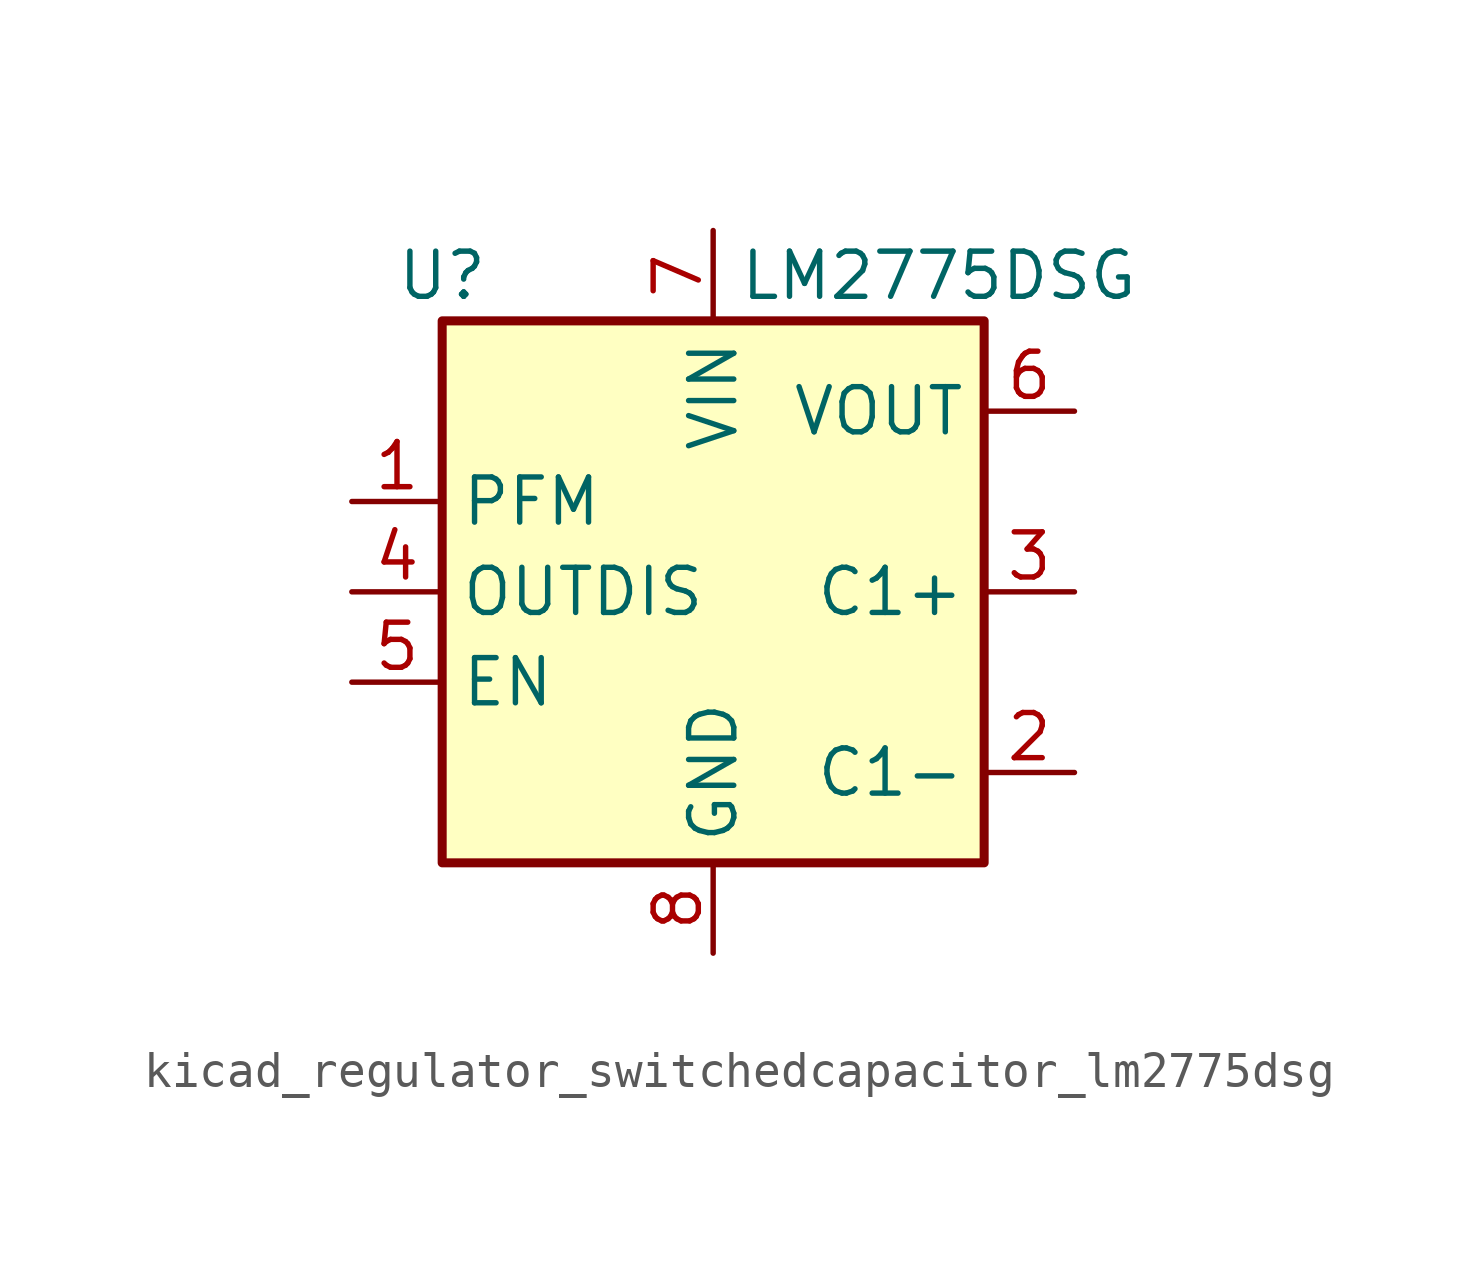
<source format=kicad_sym>
(kicad_symbol_lib
  (version 20220914)
  (generator kicad_symbol_editor)
  (symbol "kicad_regulator_switchedcapacitor_lm2775dsg"
    (property "Reference" "U"
      (at -7.62 8.89 0)
      (effects (font (size 1.27 1.27))))
    (property "Value" "LM2775DSG"
      (at 6.35 8.89 0)
      (effects (font (size 1.27 1.27))))
    (symbol "kicad_regulator_switchedcapacitor_lm2775dsg_0_1"
      (rectangle (start -7.62 7.62) (end 7.62 -7.62) (stroke (width 0.254) (type default)) (fill (type background))))
    (symbol "kicad_regulator_switchedcapacitor_lm2775dsg_1_1"
      (pin input line (at -10.16 2.54 0) (length 2.54) (name "PFM" (effects (font (size 1.27 1.27)))) (number "1" (effects (font (size 1.27 1.27)))))
      (pin passive line (at 10.16 -5.08 180) (length 2.54) (name "C1-" (effects (font (size 1.27 1.27)))) (number "2" (effects (font (size 1.27 1.27)))))
      (pin passive line (at 10.16 0 180) (length 2.54) (name "C1+" (effects (font (size 1.27 1.27)))) (number "3" (effects (font (size 1.27 1.27)))))
      (pin input line (at -10.16 0 0) (length 2.54) (name "OUTDIS" (effects (font (size 1.27 1.27)))) (number "4" (effects (font (size 1.27 1.27)))))
      (pin input line (at -10.16 -2.54 0) (length 2.54) (name "EN" (effects (font (size 1.27 1.27)))) (number "5" (effects (font (size 1.27 1.27)))))
      (pin power_out line (at 10.16 5.08 180) (length 2.54) (name "VOUT" (effects (font (size 1.27 1.27)))) (number "6" (effects (font (size 1.27 1.27)))))
      (pin power_in line (at 0 10.16 270) (length 2.54) (name "VIN" (effects (font (size 1.27 1.27)))) (number "7" (effects (font (size 1.27 1.27)))))
      (pin power_in line (at 0 -10.16 90) (length 2.54) (name "GND" (effects (font (size 1.27 1.27)))) (number "8" (effects (font (size 1.27 1.27)))))
      (pin passive line (at 0 -10.16 90) (length 2.54) hide (name "GND" (effects (font (size 1.27 1.27)))) (number "9" (effects (font (size 1.27 1.27))))))))
</source>
